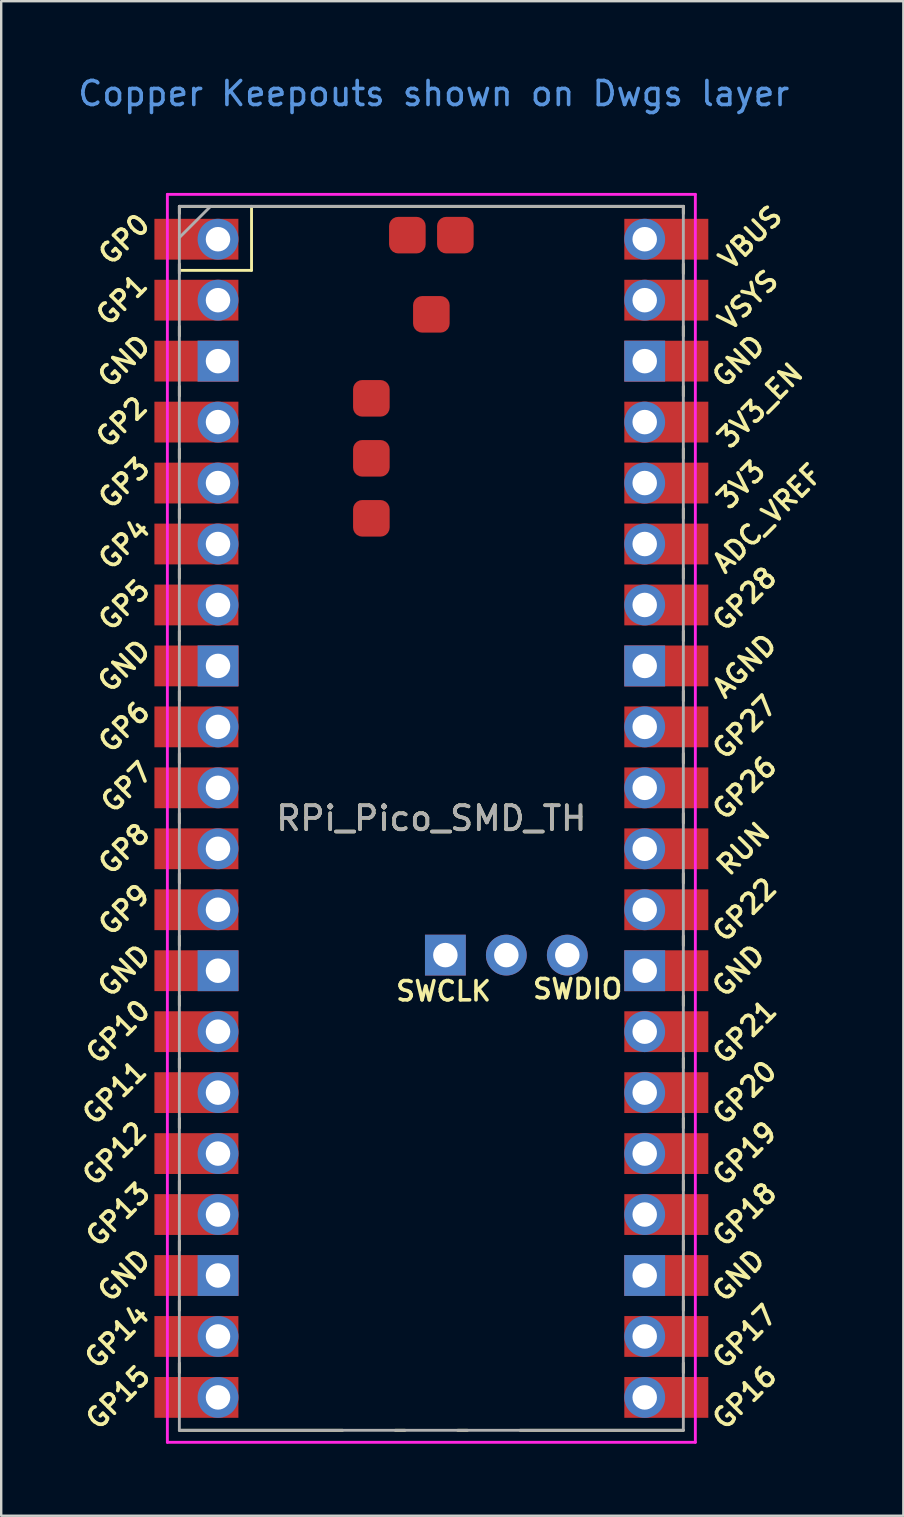
<source format=kicad_pcb>
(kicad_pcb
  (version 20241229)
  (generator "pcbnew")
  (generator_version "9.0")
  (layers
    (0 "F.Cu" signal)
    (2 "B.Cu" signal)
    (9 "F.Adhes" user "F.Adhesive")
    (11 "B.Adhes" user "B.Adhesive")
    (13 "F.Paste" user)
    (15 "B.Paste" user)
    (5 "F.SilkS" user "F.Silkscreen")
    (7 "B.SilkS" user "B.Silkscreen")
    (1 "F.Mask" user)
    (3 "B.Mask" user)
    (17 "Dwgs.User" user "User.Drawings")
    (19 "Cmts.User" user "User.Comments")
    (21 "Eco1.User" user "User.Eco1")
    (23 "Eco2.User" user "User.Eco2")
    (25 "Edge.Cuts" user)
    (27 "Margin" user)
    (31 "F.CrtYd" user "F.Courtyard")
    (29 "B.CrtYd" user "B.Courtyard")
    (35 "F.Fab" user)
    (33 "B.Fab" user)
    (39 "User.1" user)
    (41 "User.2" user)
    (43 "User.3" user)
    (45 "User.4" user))
  (footprint "RPi_Pico_SMD_TH"
    (layer "F.Cu")
    (at 14.924 31.048)
    (property "Reference" "RPi_Pico_SMD_TH" (at 0 0 0) (layer "F.SilkS") (effects (font (size 1 1) (thickness 0.15))))
    (attr through_hole)
    (fp_line (start -10.5 -25.5) (end -10.5 -25.2) (stroke (width 0.12) (type solid)) (layer "F.SilkS"))
    (fp_line (start -10.5 -25.5) (end 10.5 -25.5) (stroke (width 0.12) (type solid)) (layer "F.SilkS"))
    (fp_line (start -10.5 -23.1) (end -10.5 -22.7) (stroke (width 0.12) (type solid)) (layer "F.SilkS"))
    (fp_line (start -10.5 -22.833) (end -7.493 -22.833) (stroke (width 0.12) (type solid)) (layer "F.SilkS"))
    (fp_line (start -10.5 -20.5) (end -10.5 -20.1) (stroke (width 0.12) (type solid)) (layer "F.SilkS"))
    (fp_line (start -10.5 -18) (end -10.5 -17.6) (stroke (width 0.12) (type solid)) (layer "F.SilkS"))
    (fp_line (start -10.5 -15.4) (end -10.5 -15) (stroke (width 0.12) (type solid)) (layer "F.SilkS"))
    (fp_line (start -10.5 -12.9) (end -10.5 -12.5) (stroke (width 0.12) (type solid)) (layer "F.SilkS"))
    (fp_line (start -10.5 -10.4) (end -10.5 -10) (stroke (width 0.12) (type solid)) (layer "F.SilkS"))
    (fp_line (start -10.5 -7.8) (end -10.5 -7.4) (stroke (width 0.12) (type solid)) (layer "F.SilkS"))
    (fp_line (start -10.5 -5.3) (end -10.5 -4.9) (stroke (width 0.12) (type solid)) (layer "F.SilkS"))
    (fp_line (start -10.5 -2.7) (end -10.5 -2.3) (stroke (width 0.12) (type solid)) (layer "F.SilkS"))
    (fp_line (start -10.5 -0.2) (end -10.5 0.2) (stroke (width 0.12) (type solid)) (layer "F.SilkS"))
    (fp_line (start -10.5 2.3) (end -10.5 2.7) (stroke (width 0.12) (type solid)) (layer "F.SilkS"))
    (fp_line (start -10.5 4.9) (end -10.5 5.3) (stroke (width 0.12) (type solid)) (layer "F.SilkS"))
    (fp_line (start -10.5 7.4) (end -10.5 7.8) (stroke (width 0.12) (type solid)) (layer "F.SilkS"))
    (fp_line (start -10.5 10) (end -10.5 10.4) (stroke (width 0.12) (type solid)) (layer "F.SilkS"))
    (fp_line (start -10.5 12.5) (end -10.5 12.9) (stroke (width 0.12) (type solid)) (layer "F.SilkS"))
    (fp_line (start -10.5 15.1) (end -10.5 15.5) (stroke (width 0.12) (type solid)) (layer "F.SilkS"))
    (fp_line (start -10.5 17.6) (end -10.5 18) (stroke (width 0.12) (type solid)) (layer "F.SilkS"))
    (fp_line (start -10.5 20.1) (end -10.5 20.5) (stroke (width 0.12) (type solid)) (layer "F.SilkS"))
    (fp_line (start -10.5 22.7) (end -10.5 23.1) (stroke (width 0.12) (type solid)) (layer "F.SilkS"))
    (fp_line (start -7.493 -22.833) (end -7.493 -25.5) (stroke (width 0.12) (type solid)) (layer "F.SilkS"))
    (fp_line (start -3.7 25.5) (end -10.5 25.5) (stroke (width 0.12) (type solid)) (layer "F.SilkS"))
    (fp_line (start -1.5 25.5) (end -1.1 25.5) (stroke (width 0.12) (type solid)) (layer "F.SilkS"))
    (fp_line (start 1.1 25.5) (end 1.5 25.5) (stroke (width 0.12) (type solid)) (layer "F.SilkS"))
    (fp_line (start 10.5 -25.5) (end 10.5 -25.2) (stroke (width 0.12) (type solid)) (layer "F.SilkS"))
    (fp_line (start 10.5 -23.1) (end 10.5 -22.7) (stroke (width 0.12) (type solid)) (layer "F.SilkS"))
    (fp_line (start 10.5 -20.5) (end 10.5 -20.1) (stroke (width 0.12) (type solid)) (layer "F.SilkS"))
    (fp_line (start 10.5 -18) (end 10.5 -17.6) (stroke (width 0.12) (type solid)) (layer "F.SilkS"))
    (fp_line (start 10.5 -15.4) (end 10.5 -15) (stroke (width 0.12) (type solid)) (layer "F.SilkS"))
    (fp_line (start 10.5 -12.9) (end 10.5 -12.5) (stroke (width 0.12) (type solid)) (layer "F.SilkS"))
    (fp_line (start 10.5 -10.4) (end 10.5 -10) (stroke (width 0.12) (type solid)) (layer "F.SilkS"))
    (fp_line (start 10.5 -7.8) (end 10.5 -7.4) (stroke (width 0.12) (type solid)) (layer "F.SilkS"))
    (fp_line (start 10.5 -5.3) (end 10.5 -4.9) (stroke (width 0.12) (type solid)) (layer "F.SilkS"))
    (fp_line (start 10.5 -2.7) (end 10.5 -2.3) (stroke (width 0.12) (type solid)) (layer "F.SilkS"))
    (fp_line (start 10.5 -0.2) (end 10.5 0.2) (stroke (width 0.12) (type solid)) (layer "F.SilkS"))
    (fp_line (start 10.5 2.3) (end 10.5 2.7) (stroke (width 0.12) (type solid)) (layer "F.SilkS"))
    (fp_line (start 10.5 4.9) (end 10.5 5.3) (stroke (width 0.12) (type solid)) (layer "F.SilkS"))
    (fp_line (start 10.5 7.4) (end 10.5 7.8) (stroke (width 0.12) (type solid)) (layer "F.SilkS"))
    (fp_line (start 10.5 10) (end 10.5 10.4) (stroke (width 0.12) (type solid)) (layer "F.SilkS"))
    (fp_line (start 10.5 12.5) (end 10.5 12.9) (stroke (width 0.12) (type solid)) (layer "F.SilkS"))
    (fp_line (start 10.5 15.1) (end 10.5 15.5) (stroke (width 0.12) (type solid)) (layer "F.SilkS"))
    (fp_line (start 10.5 17.6) (end 10.5 18) (stroke (width 0.12) (type solid)) (layer "F.SilkS"))
    (fp_line (start 10.5 20.1) (end 10.5 20.5) (stroke (width 0.12) (type solid)) (layer "F.SilkS"))
    (fp_line (start 10.5 22.7) (end 10.5 23.1) (stroke (width 0.12) (type solid)) (layer "F.SilkS"))
    (fp_line (start 10.5 25.5) (end 3.7 25.5) (stroke (width 0.12) (type solid)) (layer "F.SilkS"))
    (fp_line (start -11 -26) (end 11 -26) (stroke (width 0.12) (type solid)) (layer "F.CrtYd"))
    (fp_line (start -11 26) (end -11 -26) (stroke (width 0.12) (type solid)) (layer "F.CrtYd"))
    (fp_line (start 11 -26) (end 11 26) (stroke (width 0.12) (type solid)) (layer "F.CrtYd"))
    (fp_line (start 11 26) (end -11 26) (stroke (width 0.12) (type solid)) (layer "F.CrtYd"))
    (fp_line (start -10.5 -25.5) (end 10.5 -25.5) (stroke (width 0.12) (type solid)) (layer "F.Fab"))
    (fp_line (start -10.5 -24.2) (end -9.2 -25.5) (stroke (width 0.12) (type solid)) (layer "F.Fab"))
    (fp_line (start -10.5 25.5) (end -10.5 -25.5) (stroke (width 0.12) (type solid)) (layer "F.Fab"))
    (fp_line (start 10.5 -25.5) (end 10.5 25.5) (stroke (width 0.12) (type solid)) (layer "F.Fab"))
    (fp_line (start 10.5 25.5) (end -10.5 25.5) (stroke (width 0.12) (type solid)) (layer "F.Fab"))
    (fp_text user "GP1" (at -12.9 -21.6 45) (layer "F.SilkS") (effects (font (size 0.8 0.8) (thickness 0.15))))
    (fp_text user "GP28" (at 13.054 -9.144 45) (layer "F.SilkS") (effects (font (size 0.8 0.8) (thickness 0.15))))
    (fp_text user "GP27" (at 13.054 -3.8 45) (layer "F.SilkS") (effects (font (size 0.8 0.8) (thickness 0.15))))
    (fp_text user "GND" (at -12.8 19.05 45) (layer "F.SilkS") (effects (font (size 0.8 0.8) (thickness 0.15))))
    (fp_text user "GP5" (at -12.8 -8.89 45) (layer "F.SilkS") (effects (font (size 0.8 0.8) (thickness 0.15))))
    (fp_text user "GP19" (at 13.054 13.97 45) (layer "F.SilkS") (effects (font (size 0.8 0.8) (thickness 0.15))))
    (fp_text user "GP9" (at -12.8 3.81 45) (layer "F.SilkS") (effects (font (size 0.8 0.8) (thickness 0.15))))
    (fp_text user "GP11" (at -13.2 11.43 45) (layer "F.SilkS") (effects (font (size 0.8 0.8) (thickness 0.15))))
    (fp_text user "GP13" (at -13.054 16.51 45) (layer "F.SilkS") (effects (font (size 0.8 0.8) (thickness 0.15))))
    (fp_text user "3V3" (at 12.9 -13.9 45) (layer "F.SilkS") (effects (font (size 0.8 0.8) (thickness 0.15))))
    (fp_text user "ADC_VREF" (at 14 -12.5 45) (layer "F.SilkS") (effects (font (size 0.8 0.8) (thickness 0.15))))
    (fp_text user "GP26" (at 13.054 -1.27 45) (layer "F.SilkS") (effects (font (size 0.8 0.8) (thickness 0.15))))
    (fp_text user "VSYS" (at 13.2 -21.59 45) (layer "F.SilkS") (effects (font (size 0.8 0.8) (thickness 0.15))))
    (fp_text user "GP14" (at -13.1 21.59 45) (layer "F.SilkS") (effects (font (size 0.8 0.8) (thickness 0.15))))
    (fp_text user "GP20" (at 13.054 11.43 45) (layer "F.SilkS") (effects (font (size 0.8 0.8) (thickness 0.15))))
    (fp_text user "GP2" (at -12.9 -16.51 45) (layer "F.SilkS") (effects (font (size 0.8 0.8) (thickness 0.15))))
    (fp_text user "GND" (at 12.8 -19.05 45) (layer "F.SilkS") (effects (font (size 0.8 0.8) (thickness 0.15))))
    (fp_text user "GP7" (at -12.7 -1.3 45) (layer "F.SilkS") (effects (font (size 0.8 0.8) (thickness 0.15))))
    (fp_text user "GND" (at -12.8 -19.05 45) (layer "F.SilkS") (effects (font (size 0.8 0.8) (thickness 0.15))))
    (fp_text user "GND" (at 12.8 6.35 45) (layer "F.SilkS") (effects (font (size 0.8 0.8) (thickness 0.15))))
    (fp_text user "SWCLK" (at 0.508 7.2 0) (layer "F.SilkS") (effects (font (size 0.8 0.8) (thickness 0.15))))
    (fp_text user "AGND" (at 13.054 -6.35 45) (layer "F.SilkS") (effects (font (size 0.8 0.8) (thickness 0.15))))
    (fp_text user "GP8" (at -12.8 1.27 45) (layer "F.SilkS") (effects (font (size 0.8 0.8) (thickness 0.15))))
    (fp_text user "SWDIO" (at 6.096 7.112 0) (layer "F.SilkS") (effects (font (size 0.8 0.8) (thickness 0.15))))
    (fp_text user "RUN" (at 13 1.27 45) (layer "F.SilkS") (effects (font (size 0.8 0.8) (thickness 0.15))))
    (fp_text user "GND" (at 12.8 19.05 45) (layer "F.SilkS") (effects (font (size 0.8 0.8) (thickness 0.15))))
    (fp_text user "GND" (at -12.8 -6.35 45) (layer "F.SilkS") (effects (font (size 0.8 0.8) (thickness 0.15))))
    (fp_text user "GP16" (at 13.054 24.13 45) (layer "F.SilkS") (effects (font (size 0.8 0.8) (thickness 0.15))))
    (fp_text user "GP10" (at -13.054 8.89 45) (layer "F.SilkS") (effects (font (size 0.8 0.8) (thickness 0.15))))
    (fp_text user "GP6" (at -12.8 -3.81 45) (layer "F.SilkS") (effects (font (size 0.8 0.8) (thickness 0.15))))
    (fp_text user "GND" (at -12.8 6.35 45) (layer "F.SilkS") (effects (font (size 0.8 0.8) (thickness 0.15))))
    (fp_text user "GP21" (at 13.054 8.9 45) (layer "F.SilkS") (effects (font (size 0.8 0.8) (thickness 0.15))))
    (fp_text user "GP18" (at 13.054 16.51 45) (layer "F.SilkS") (effects (font (size 0.8 0.8) (thickness 0.15))))
    (fp_text user "GP0" (at -12.8 -24.13 45) (layer "F.SilkS") (effects (font (size 0.8 0.8) (thickness 0.15))))
    (fp_text user "GP17" (at 13.054 21.59 45) (layer "F.SilkS") (effects (font (size 0.8 0.8) (thickness 0.15))))
    (fp_text user "3V3_EN" (at 13.7 -17.2 45) (layer "F.SilkS") (effects (font (size 0.8 0.8) (thickness 0.15))))
    (fp_text user "GP22" (at 13.054 3.81 45) (layer "F.SilkS") (effects (font (size 0.8 0.8) (thickness 0.15))))
    (fp_text user "GP4" (at -12.8 -11.43 45) (layer "F.SilkS") (effects (font (size 0.8 0.8) (thickness 0.15))))
    (fp_text user "GP15" (at -13.054 24.13 45) (layer "F.SilkS") (effects (font (size 0.8 0.8) (thickness 0.15))))
    (fp_text user "GP12" (at -13.2 13.97 45) (layer "F.SilkS") (effects (font (size 0.8 0.8) (thickness 0.15))))
    (fp_text user "GP3" (at -12.8 -13.97 45) (layer "F.SilkS") (effects (font (size 0.8 0.8) (thickness 0.15))))
    (fp_text user "VBUS" (at 13.3 -24.2 45) (layer "F.SilkS") (effects (font (size 0.8 0.8) (thickness 0.15))))
    (fp_text user "Copper Keepouts shown on Dwgs layer" (at 0.1 -30.2 0) (layer "Cmts.User") (effects (font (size 1 1) (thickness 0.15))))
    (fp_text user "${REFERENCE}" (at 0 0 180) (layer "F.Fab") (effects (font (size 1 1) (thickness 0.15))))
    (pad "1" thru_hole oval (at -8.89 -24.13) (size 1.7 1.7) (drill 1.02) (layers "*.Cu" "*.Mask"))
    (pad "1" smd rect (at -8.89 -24.13) (size 3.5 1.7) (drill (offset -0.9 0)) (layers "F.Cu" "F.Mask" "F.Paste"))
    (pad "2" thru_hole oval (at -8.89 -21.59) (size 1.7 1.7) (drill 1.02) (layers "*.Cu" "*.Mask"))
    (pad "2" smd rect (at -8.89 -21.59) (size 3.5 1.7) (drill (offset -0.9 0)) (layers "F.Cu" "F.Mask" "F.Paste"))
    (pad "3" thru_hole rect (at -8.89 -19.05) (size 1.7 1.7) (drill 1.02) (layers "*.Cu" "*.Mask"))
    (pad "3" smd rect (at -8.89 -19.05) (size 3.5 1.7) (drill (offset -0.9 0)) (layers "F.Cu" "F.Mask" "F.Paste"))
    (pad "4" thru_hole oval (at -8.89 -16.51) (size 1.7 1.7) (drill 1.02) (layers "*.Cu" "*.Mask"))
    (pad "4" smd rect (at -8.89 -16.51) (size 3.5 1.7) (drill (offset -0.9 0)) (layers "F.Cu" "F.Mask" "F.Paste"))
    (pad "5" thru_hole oval (at -8.89 -13.97) (size 1.7 1.7) (drill 1.02) (layers "*.Cu" "*.Mask"))
    (pad "5" smd rect (at -8.89 -13.97) (size 3.5 1.7) (drill (offset -0.9 0)) (layers "F.Cu" "F.Mask" "F.Paste"))
    (pad "6" thru_hole oval (at -8.89 -11.43) (size 1.7 1.7) (drill 1.02) (layers "*.Cu" "*.Mask"))
    (pad "6" smd rect (at -8.89 -11.43) (size 3.5 1.7) (drill (offset -0.9 0)) (layers "F.Cu" "F.Mask" "F.Paste"))
    (pad "7" thru_hole oval (at -8.89 -8.89) (size 1.7 1.7) (drill 1.02) (layers "*.Cu" "*.Mask"))
    (pad "7" smd rect (at -8.89 -8.89) (size 3.5 1.7) (drill (offset -0.9 0)) (layers "F.Cu" "F.Mask" "F.Paste"))
    (pad "8" thru_hole rect (at -8.89 -6.35) (size 1.7 1.7) (drill 1.02) (layers "*.Cu" "*.Mask"))
    (pad "8" smd rect (at -8.89 -6.35) (size 3.5 1.7) (drill (offset -0.9 0)) (layers "F.Cu" "F.Mask" "F.Paste"))
    (pad "9" thru_hole oval (at -8.89 -3.81) (size 1.7 1.7) (drill 1.02) (layers "*.Cu" "*.Mask"))
    (pad "9" smd rect (at -8.89 -3.81) (size 3.5 1.7) (drill (offset -0.9 0)) (layers "F.Cu" "F.Mask" "F.Paste"))
    (pad "10" thru_hole oval (at -8.89 -1.27) (size 1.7 1.7) (drill 1.02) (layers "*.Cu" "*.Mask"))
    (pad "10" smd rect (at -8.89 -1.27) (size 3.5 1.7) (drill (offset -0.9 0)) (layers "F.Cu" "F.Mask" "F.Paste"))
    (pad "11" thru_hole oval (at -8.89 1.27) (size 1.7 1.7) (drill 1.02) (layers "*.Cu" "*.Mask"))
    (pad "11" smd rect (at -8.89 1.27) (size 3.5 1.7) (drill (offset -0.9 0)) (layers "F.Cu" "F.Mask" "F.Paste"))
    (pad "12" thru_hole oval (at -8.89 3.81) (size 1.7 1.7) (drill 1.02) (layers "*.Cu" "*.Mask"))
    (pad "12" smd rect (at -8.89 3.81) (size 3.5 1.7) (drill (offset -0.9 0)) (layers "F.Cu" "F.Mask" "F.Paste"))
    (pad "13" thru_hole rect (at -8.89 6.35) (size 1.7 1.7) (drill 1.02) (layers "*.Cu" "*.Mask"))
    (pad "13" smd rect (at -8.89 6.35) (size 3.5 1.7) (drill (offset -0.9 0)) (layers "F.Cu" "F.Mask" "F.Paste"))
    (pad "14" thru_hole oval (at -8.89 8.89) (size 1.7 1.7) (drill 1.02) (layers "*.Cu" "*.Mask"))
    (pad "14" smd rect (at -8.89 8.89) (size 3.5 1.7) (drill (offset -0.9 0)) (layers "F.Cu" "F.Mask" "F.Paste"))
    (pad "15" thru_hole oval (at -8.89 11.43) (size 1.7 1.7) (drill 1.02) (layers "*.Cu" "*.Mask"))
    (pad "15" smd rect (at -8.89 11.43) (size 3.5 1.7) (drill (offset -0.9 0)) (layers "F.Cu" "F.Mask" "F.Paste"))
    (pad "16" thru_hole oval (at -8.89 13.97) (size 1.7 1.7) (drill 1.02) (layers "*.Cu" "*.Mask"))
    (pad "16" smd rect (at -8.89 13.97) (size 3.5 1.7) (drill (offset -0.9 0)) (layers "F.Cu" "F.Mask" "F.Paste"))
    (pad "17" thru_hole oval (at -8.89 16.51) (size 1.7 1.7) (drill 1.02) (layers "*.Cu" "*.Mask"))
    (pad "17" smd rect (at -8.89 16.51) (size 3.5 1.7) (drill (offset -0.9 0)) (layers "F.Cu" "F.Mask" "F.Paste"))
    (pad "18" thru_hole rect (at -8.89 19.05) (size 1.7 1.7) (drill 1.02) (layers "*.Cu" "*.Mask"))
    (pad "18" smd rect (at -8.89 19.05) (size 3.5 1.7) (drill (offset -0.9 0)) (layers "F.Cu" "F.Mask" "F.Paste"))
    (pad "19" thru_hole oval (at -8.89 21.59) (size 1.7 1.7) (drill 1.02) (layers "*.Cu" "*.Mask"))
    (pad "19" smd rect (at -8.89 21.59) (size 3.5 1.7) (drill (offset -0.9 0)) (layers "F.Cu" "F.Mask" "F.Paste"))
    (pad "20" thru_hole oval (at -8.89 24.13) (size 1.7 1.7) (drill 1.02) (layers "*.Cu" "*.Mask"))
    (pad "20" smd rect (at -8.89 24.13) (size 3.5 1.7) (drill (offset -0.9 0)) (layers "F.Cu" "F.Mask" "F.Paste"))
    (pad "21" thru_hole oval (at 8.89 24.13) (size 1.7 1.7) (drill 1.02) (layers "*.Cu" "*.Mask"))
    (pad "21" smd rect (at 8.89 24.13) (size 3.5 1.7) (drill (offset 0.9 0)) (layers "F.Cu" "F.Mask" "F.Paste"))
    (pad "22" thru_hole oval (at 8.89 21.59) (size 1.7 1.7) (drill 1.02) (layers "*.Cu" "*.Mask"))
    (pad "22" smd rect (at 8.89 21.59) (size 3.5 1.7) (drill (offset 0.9 0)) (layers "F.Cu" "F.Mask" "F.Paste"))
    (pad "23" thru_hole rect (at 8.89 19.05) (size 1.7 1.7) (drill 1.02) (layers "*.Cu" "*.Mask"))
    (pad "23" smd rect (at 8.89 19.05) (size 3.5 1.7) (drill (offset 0.9 0)) (layers "F.Cu" "F.Mask" "F.Paste"))
    (pad "24" thru_hole oval (at 8.89 16.51) (size 1.7 1.7) (drill 1.02) (layers "*.Cu" "*.Mask"))
    (pad "24" smd rect (at 8.89 16.51) (size 3.5 1.7) (drill (offset 0.9 0)) (layers "F.Cu" "F.Mask" "F.Paste"))
    (pad "25" thru_hole oval (at 8.89 13.97) (size 1.7 1.7) (drill 1.02) (layers "*.Cu" "*.Mask"))
    (pad "25" smd rect (at 8.89 13.97) (size 3.5 1.7) (drill (offset 0.9 0)) (layers "F.Cu" "F.Mask" "F.Paste"))
    (pad "26" thru_hole oval (at 8.89 11.43) (size 1.7 1.7) (drill 1.02) (layers "*.Cu" "*.Mask"))
    (pad "26" smd rect (at 8.89 11.43) (size 3.5 1.7) (drill (offset 0.9 0)) (layers "F.Cu" "F.Mask" "F.Paste"))
    (pad "27" thru_hole oval (at 8.89 8.89) (size 1.7 1.7) (drill 1.02) (layers "*.Cu" "*.Mask"))
    (pad "27" smd rect (at 8.89 8.89) (size 3.5 1.7) (drill (offset 0.9 0)) (layers "F.Cu" "F.Mask" "F.Paste"))
    (pad "28" thru_hole rect (at 8.89 6.35) (size 1.7 1.7) (drill 1.02) (layers "*.Cu" "*.Mask"))
    (pad "28" smd rect (at 8.89 6.35) (size 3.5 1.7) (drill (offset 0.9 0)) (layers "F.Cu" "F.Mask" "F.Paste"))
    (pad "29" thru_hole oval (at 8.89 3.81) (size 1.7 1.7) (drill 1.02) (layers "*.Cu" "*.Mask"))
    (pad "29" smd rect (at 8.89 3.81) (size 3.5 1.7) (drill (offset 0.9 0)) (layers "F.Cu" "F.Mask" "F.Paste"))
    (pad "30" thru_hole oval (at 8.89 1.27) (size 1.7 1.7) (drill 1.02) (layers "*.Cu" "*.Mask"))
    (pad "30" smd rect (at 8.89 1.27) (size 3.5 1.7) (drill (offset 0.9 0)) (layers "F.Cu" "F.Mask" "F.Paste"))
    (pad "31" thru_hole oval (at 8.89 -1.27) (size 1.7 1.7) (drill 1.02) (layers "*.Cu" "*.Mask"))
    (pad "31" smd rect (at 8.89 -1.27) (size 3.5 1.7) (drill (offset 0.9 0)) (layers "F.Cu" "F.Mask" "F.Paste"))
    (pad "32" thru_hole oval (at 8.89 -3.81) (size 1.7 1.7) (drill 1.02) (layers "*.Cu" "*.Mask"))
    (pad "32" smd rect (at 8.89 -3.81) (size 3.5 1.7) (drill (offset 0.9 0)) (layers "F.Cu" "F.Mask" "F.Paste"))
    (pad "33" thru_hole rect (at 8.89 -6.35) (size 1.7 1.7) (drill 1.02) (layers "*.Cu" "*.Mask"))
    (pad "33" smd rect (at 8.89 -6.35) (size 3.5 1.7) (drill (offset 0.9 0)) (layers "F.Cu" "F.Mask" "F.Paste"))
    (pad "34" thru_hole oval (at 8.89 -8.89) (size 1.7 1.7) (drill 1.02) (layers "*.Cu" "*.Mask"))
    (pad "34" smd rect (at 8.89 -8.89) (size 3.5 1.7) (drill (offset 0.9 0)) (layers "F.Cu" "F.Mask" "F.Paste"))
    (pad "35" thru_hole oval (at 8.89 -11.43) (size 1.7 1.7) (drill 1.02) (layers "*.Cu" "*.Mask"))
    (pad "35" smd rect (at 8.89 -11.43) (size 3.5 1.7) (drill (offset 0.9 0)) (layers "F.Cu" "F.Mask" "F.Paste"))
    (pad "36" thru_hole oval (at 8.89 -13.97) (size 1.7 1.7) (drill 1.02) (layers "*.Cu" "*.Mask"))
    (pad "36" smd rect (at 8.89 -13.97) (size 3.5 1.7) (drill (offset 0.9 0)) (layers "F.Cu" "F.Mask" "F.Paste"))
    (pad "37" thru_hole oval (at 8.89 -16.51) (size 1.7 1.7) (drill 1.02) (layers "*.Cu" "*.Mask"))
    (pad "37" smd rect (at 8.89 -16.51) (size 3.5 1.7) (drill (offset 0.9 0)) (layers "F.Cu" "F.Mask" "F.Paste"))
    (pad "38" thru_hole rect (at 8.89 -19.05) (size 1.7 1.7) (drill 1.02) (layers "*.Cu" "*.Mask"))
    (pad "38" smd rect (at 8.89 -19.05) (size 3.5 1.7) (drill (offset 0.9 0)) (layers "F.Cu" "F.Mask" "F.Paste"))
    (pad "39" thru_hole oval (at 8.89 -21.59) (size 1.7 1.7) (drill 1.02) (layers "*.Cu" "*.Mask"))
    (pad "39" smd rect (at 8.89 -21.59) (size 3.5 1.7) (drill (offset 0.9 0)) (layers "F.Cu" "F.Mask" "F.Paste"))
    (pad "40" thru_hole oval (at 8.89 -24.13) (size 1.7 1.7) (drill 1.02) (layers "*.Cu" "*.Mask"))
    (pad "40" smd rect (at 8.89 -24.13) (size 3.5 1.7) (drill (offset 0.9 0)) (layers "F.Cu" "F.Mask" "F.Paste"))
    (pad "41" thru_hole rect (at 0.584 5.7) (size 1.7 1.7) (drill 1.02) (layers "*.Cu" "*.Mask"))
    (pad "42" thru_hole circle (at 3.124 5.7) (size 1.7 1.7) (drill 1.02) (layers "*.Cu" "*.Mask"))
    (pad "43" thru_hole oval (at 5.664 5.7) (size 1.7 1.7) (drill 1.02) (layers "*.Cu" "*.Mask"))
    (pad "TP1" smd roundrect (at 0 -21) (size 1.524 1.524) (layers "F.Cu" "F.Mask" "F.Paste") (roundrect_rratio 0.25))
    (pad "TP2" smd roundrect (at 1 -24.3) (size 1.524 1.524) (layers "F.Cu" "F.Mask" "F.Paste") (roundrect_rratio 0.25))
    (pad "TP3" smd roundrect (at -1 -24.3) (size 1.524 1.524) (layers "F.Cu" "F.Mask" "F.Paste") (roundrect_rratio 0.25))
    (pad "TP4" smd roundrect (at -2.5 -17.5) (size 1.524 1.524) (layers "F.Cu" "F.Mask" "F.Paste") (roundrect_rratio 0.25))
    (pad "TP5" smd roundrect (at -2.5 -15) (size 1.524 1.524) (layers "F.Cu" "F.Mask" "F.Paste") (roundrect_rratio 0.25))
    (pad "TP6" smd roundrect (at -2.5 -12.5) (size 1.524 1.524) (layers "F.Cu" "F.Mask" "F.Paste") (roundrect_rratio 0.25)))
  (gr_rect
    (start -3 -3)
    (end 34.591 60.108)
    (stroke (width 0.1) (type default))
    (fill no)
    (layer "Edge.Cuts")))
</source>
